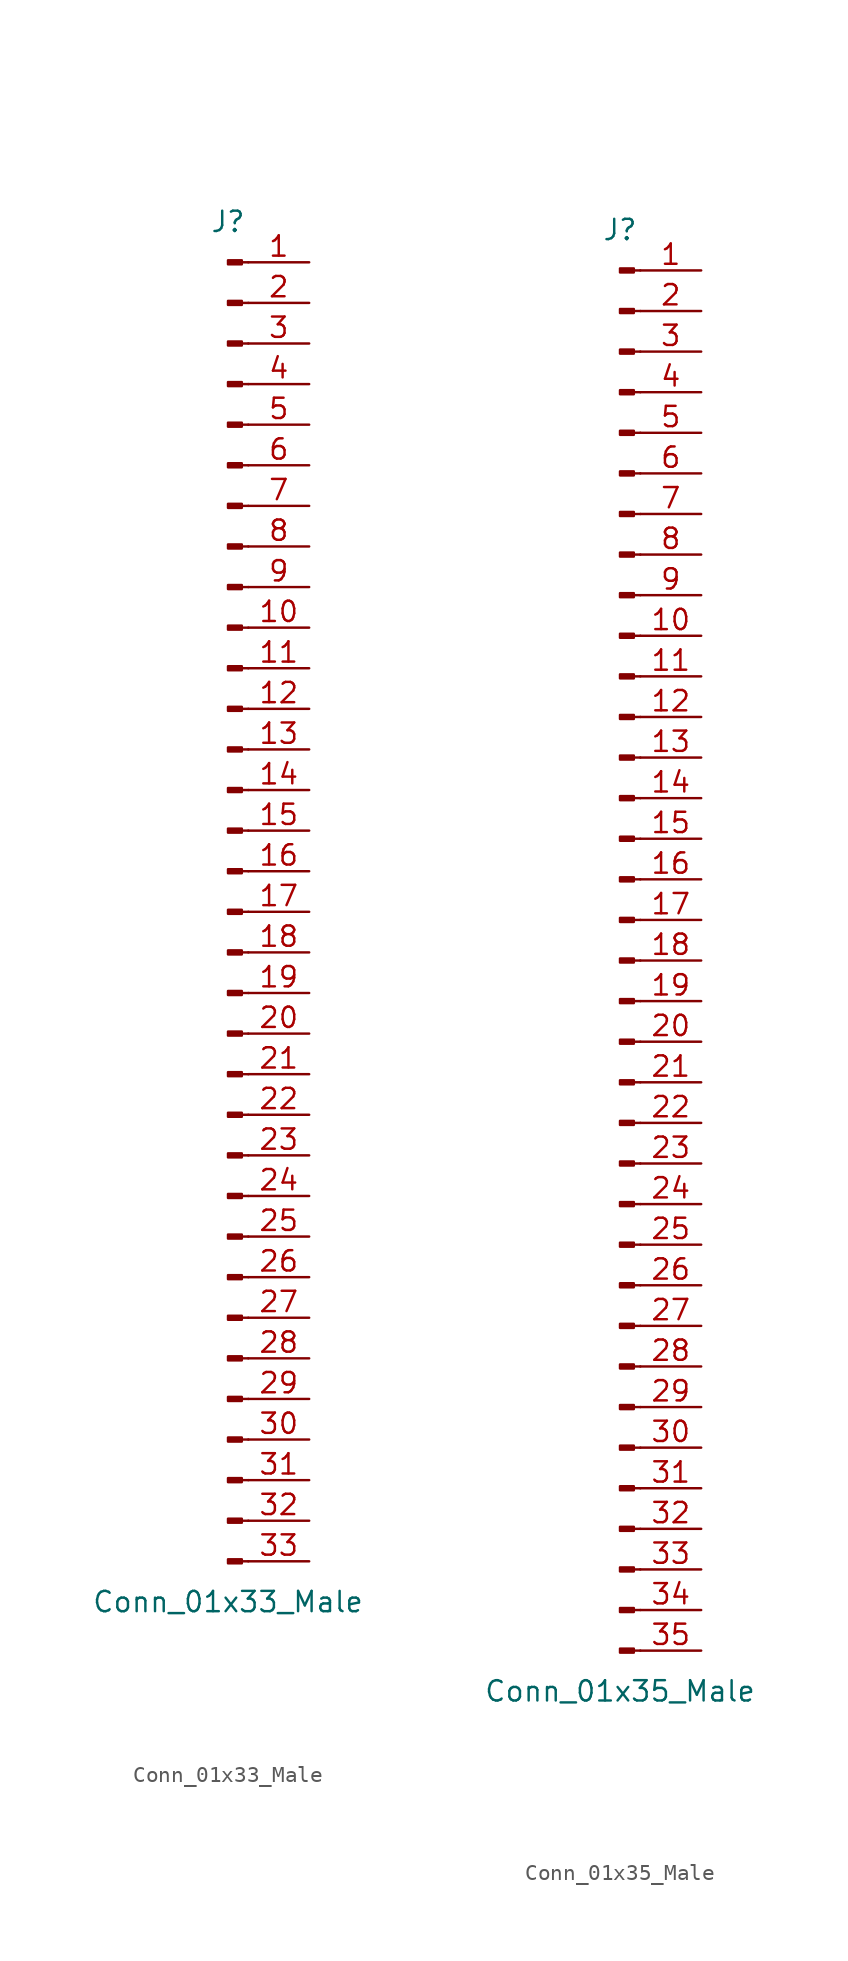
<source format=kicad_sym>
(kicad_symbol_lib
  (version 20201005)
  (generator kicad_symbol_editor)
  (symbol "Connector:Conn_01x33_Male"
    (pin_names
      (offset 1.016) hide)
    (property "Reference" "J"
      (at 0 43.18 0)
      (effects (font (size 1.27 1.27))))
    (property "Value" "Conn_01x33_Male"
      (at 0 -43.18 0)
      (effects (font (size 1.27 1.27))))
    (symbol "Conn_01x33_Male_1_1"
      (rectangle (start 0.864 -40.513) (end 0 -40.767) (stroke (width 0.152)) (fill (type outline)))
      (rectangle (start 0.864 -37.973) (end 0 -38.227) (stroke (width 0.152)) (fill (type outline)))
      (rectangle (start 0.864 -35.433) (end 0 -35.687) (stroke (width 0.152)) (fill (type outline)))
      (rectangle (start 0.864 -32.893) (end 0 -33.147) (stroke (width 0.152)) (fill (type outline)))
      (rectangle (start 0.864 -30.353) (end 0 -30.607) (stroke (width 0.152)) (fill (type outline)))
      (rectangle (start 0.864 -27.813) (end 0 -28.067) (stroke (width 0.152)) (fill (type outline)))
      (rectangle (start 0.864 -25.273) (end 0 -25.527) (stroke (width 0.152)) (fill (type outline)))
      (rectangle (start 0.864 -22.733) (end 0 -22.987) (stroke (width 0.152)) (fill (type outline)))
      (rectangle (start 0.864 -20.193) (end 0 -20.447) (stroke (width 0.152)) (fill (type outline)))
      (rectangle (start 0.864 -17.653) (end 0 -17.907) (stroke (width 0.152)) (fill (type outline)))
      (rectangle (start 0.864 -15.113) (end 0 -15.367) (stroke (width 0.152)) (fill (type outline)))
      (rectangle (start 0.864 -12.573) (end 0 -12.827) (stroke (width 0.152)) (fill (type outline)))
      (rectangle (start 0.864 -10.033) (end 0 -10.287) (stroke (width 0.152)) (fill (type outline)))
      (rectangle (start 0.864 -7.493) (end 0 -7.747) (stroke (width 0.152)) (fill (type outline)))
      (rectangle (start 0.864 -4.953) (end 0 -5.207) (stroke (width 0.152)) (fill (type outline)))
      (rectangle (start 0.864 -2.413) (end 0 -2.667) (stroke (width 0.152)) (fill (type outline)))
      (rectangle (start 0.864 0.127) (end 0 -0.127) (stroke (width 0.152)) (fill (type outline)))
      (rectangle (start 0.864 2.667) (end 0 2.413) (stroke (width 0.152)) (fill (type outline)))
      (rectangle (start 0.864 5.207) (end 0 4.953) (stroke (width 0.152)) (fill (type outline)))
      (rectangle (start 0.864 7.747) (end 0 7.493) (stroke (width 0.152)) (fill (type outline)))
      (rectangle (start 0.864 10.287) (end 0 10.033) (stroke (width 0.152)) (fill (type outline)))
      (rectangle (start 0.864 12.827) (end 0 12.573) (stroke (width 0.152)) (fill (type outline)))
      (rectangle (start 0.864 15.367) (end 0 15.113) (stroke (width 0.152)) (fill (type outline)))
      (rectangle (start 0.864 17.907) (end 0 17.653) (stroke (width 0.152)) (fill (type outline)))
      (rectangle (start 0.864 20.447) (end 0 20.193) (stroke (width 0.152)) (fill (type outline)))
      (rectangle (start 0.864 22.987) (end 0 22.733) (stroke (width 0.152)) (fill (type outline)))
      (rectangle (start 0.864 25.527) (end 0 25.273) (stroke (width 0.152)) (fill (type outline)))
      (rectangle (start 0.864 28.067) (end 0 27.813) (stroke (width 0.152)) (fill (type outline)))
      (rectangle (start 0.864 30.607) (end 0 30.353) (stroke (width 0.152)) (fill (type outline)))
      (rectangle (start 0.864 33.147) (end 0 32.893) (stroke (width 0.152)) (fill (type outline)))
      (rectangle (start 0.864 35.687) (end 0 35.433) (stroke (width 0.152)) (fill (type outline)))
      (rectangle (start 0.864 38.227) (end 0 37.973) (stroke (width 0.152)) (fill (type outline)))
      (rectangle (start 0.864 40.767) (end 0 40.513) (stroke (width 0.152)) (fill (type outline)))
      (polyline (pts (xy 1.27 -40.64) (xy 0.864 -40.64)) (stroke (width 0.152)) (fill (type none)))
      (polyline (pts (xy 1.27 -38.1) (xy 0.864 -38.1)) (stroke (width 0.152)) (fill (type none)))
      (polyline (pts (xy 1.27 -35.56) (xy 0.864 -35.56)) (stroke (width 0.152)) (fill (type none)))
      (polyline (pts (xy 1.27 -33.02) (xy 0.864 -33.02)) (stroke (width 0.152)) (fill (type none)))
      (polyline (pts (xy 1.27 -30.48) (xy 0.864 -30.48)) (stroke (width 0.152)) (fill (type none)))
      (polyline (pts (xy 1.27 -27.94) (xy 0.864 -27.94)) (stroke (width 0.152)) (fill (type none)))
      (polyline (pts (xy 1.27 -25.4) (xy 0.864 -25.4)) (stroke (width 0.152)) (fill (type none)))
      (polyline (pts (xy 1.27 -22.86) (xy 0.864 -22.86)) (stroke (width 0.152)) (fill (type none)))
      (polyline (pts (xy 1.27 -20.32) (xy 0.864 -20.32)) (stroke (width 0.152)) (fill (type none)))
      (polyline (pts (xy 1.27 -17.78) (xy 0.864 -17.78)) (stroke (width 0.152)) (fill (type none)))
      (polyline (pts (xy 1.27 -15.24) (xy 0.864 -15.24)) (stroke (width 0.152)) (fill (type none)))
      (polyline (pts (xy 1.27 -12.7) (xy 0.864 -12.7)) (stroke (width 0.152)) (fill (type none)))
      (polyline (pts (xy 1.27 -10.16) (xy 0.864 -10.16)) (stroke (width 0.152)) (fill (type none)))
      (polyline (pts (xy 1.27 -7.62) (xy 0.864 -7.62)) (stroke (width 0.152)) (fill (type none)))
      (polyline (pts (xy 1.27 -5.08) (xy 0.864 -5.08)) (stroke (width 0.152)) (fill (type none)))
      (polyline (pts (xy 1.27 -2.54) (xy 0.864 -2.54)) (stroke (width 0.152)) (fill (type none)))
      (polyline (pts (xy 1.27 0) (xy 0.864 0)) (stroke (width 0.152)) (fill (type none)))
      (polyline (pts (xy 1.27 2.54) (xy 0.864 2.54)) (stroke (width 0.152)) (fill (type none)))
      (polyline (pts (xy 1.27 5.08) (xy 0.864 5.08)) (stroke (width 0.152)) (fill (type none)))
      (polyline (pts (xy 1.27 7.62) (xy 0.864 7.62)) (stroke (width 0.152)) (fill (type none)))
      (polyline (pts (xy 1.27 10.16) (xy 0.864 10.16)) (stroke (width 0.152)) (fill (type none)))
      (polyline (pts (xy 1.27 12.7) (xy 0.864 12.7)) (stroke (width 0.152)) (fill (type none)))
      (polyline (pts (xy 1.27 15.24) (xy 0.864 15.24)) (stroke (width 0.152)) (fill (type none)))
      (polyline (pts (xy 1.27 17.78) (xy 0.864 17.78)) (stroke (width 0.152)) (fill (type none)))
      (polyline (pts (xy 1.27 20.32) (xy 0.864 20.32)) (stroke (width 0.152)) (fill (type none)))
      (polyline (pts (xy 1.27 22.86) (xy 0.864 22.86)) (stroke (width 0.152)) (fill (type none)))
      (polyline (pts (xy 1.27 25.4) (xy 0.864 25.4)) (stroke (width 0.152)) (fill (type none)))
      (polyline (pts (xy 1.27 27.94) (xy 0.864 27.94)) (stroke (width 0.152)) (fill (type none)))
      (polyline (pts (xy 1.27 30.48) (xy 0.864 30.48)) (stroke (width 0.152)) (fill (type none)))
      (polyline (pts (xy 1.27 33.02) (xy 0.864 33.02)) (stroke (width 0.152)) (fill (type none)))
      (polyline (pts (xy 1.27 35.56) (xy 0.864 35.56)) (stroke (width 0.152)) (fill (type none)))
      (polyline (pts (xy 1.27 38.1) (xy 0.864 38.1)) (stroke (width 0.152)) (fill (type none)))
      (polyline (pts (xy 1.27 40.64) (xy 0.864 40.64)) (stroke (width 0.152)) (fill (type none)))
      (pin passive line (at 5.08 40.64 180) (length 3.81) (name "Pin_1" (effects (font (size 1.27 1.27)))) (number "1" (effects (font (size 1.27 1.27)))))
      (pin passive line (at 5.08 17.78 180) (length 3.81) (name "Pin_10" (effects (font (size 1.27 1.27)))) (number "10" (effects (font (size 1.27 1.27)))))
      (pin passive line (at 5.08 15.24 180) (length 3.81) (name "Pin_11" (effects (font (size 1.27 1.27)))) (number "11" (effects (font (size 1.27 1.27)))))
      (pin passive line (at 5.08 12.7 180) (length 3.81) (name "Pin_12" (effects (font (size 1.27 1.27)))) (number "12" (effects (font (size 1.27 1.27)))))
      (pin passive line (at 5.08 10.16 180) (length 3.81) (name "Pin_13" (effects (font (size 1.27 1.27)))) (number "13" (effects (font (size 1.27 1.27)))))
      (pin passive line (at 5.08 7.62 180) (length 3.81) (name "Pin_14" (effects (font (size 1.27 1.27)))) (number "14" (effects (font (size 1.27 1.27)))))
      (pin passive line (at 5.08 5.08 180) (length 3.81) (name "Pin_15" (effects (font (size 1.27 1.27)))) (number "15" (effects (font (size 1.27 1.27)))))
      (pin passive line (at 5.08 2.54 180) (length 3.81) (name "Pin_16" (effects (font (size 1.27 1.27)))) (number "16" (effects (font (size 1.27 1.27)))))
      (pin passive line (at 5.08 0 180) (length 3.81) (name "Pin_17" (effects (font (size 1.27 1.27)))) (number "17" (effects (font (size 1.27 1.27)))))
      (pin passive line (at 5.08 -2.54 180) (length 3.81) (name "Pin_18" (effects (font (size 1.27 1.27)))) (number "18" (effects (font (size 1.27 1.27)))))
      (pin passive line (at 5.08 -5.08 180) (length 3.81) (name "Pin_19" (effects (font (size 1.27 1.27)))) (number "19" (effects (font (size 1.27 1.27)))))
      (pin passive line (at 5.08 38.1 180) (length 3.81) (name "Pin_2" (effects (font (size 1.27 1.27)))) (number "2" (effects (font (size 1.27 1.27)))))
      (pin passive line (at 5.08 -7.62 180) (length 3.81) (name "Pin_20" (effects (font (size 1.27 1.27)))) (number "20" (effects (font (size 1.27 1.27)))))
      (pin passive line (at 5.08 -10.16 180) (length 3.81) (name "Pin_21" (effects (font (size 1.27 1.27)))) (number "21" (effects (font (size 1.27 1.27)))))
      (pin passive line (at 5.08 -12.7 180) (length 3.81) (name "Pin_22" (effects (font (size 1.27 1.27)))) (number "22" (effects (font (size 1.27 1.27)))))
      (pin passive line (at 5.08 -15.24 180) (length 3.81) (name "Pin_23" (effects (font (size 1.27 1.27)))) (number "23" (effects (font (size 1.27 1.27)))))
      (pin passive line (at 5.08 -17.78 180) (length 3.81) (name "Pin_24" (effects (font (size 1.27 1.27)))) (number "24" (effects (font (size 1.27 1.27)))))
      (pin passive line (at 5.08 -20.32 180) (length 3.81) (name "Pin_25" (effects (font (size 1.27 1.27)))) (number "25" (effects (font (size 1.27 1.27)))))
      (pin passive line (at 5.08 -22.86 180) (length 3.81) (name "Pin_26" (effects (font (size 1.27 1.27)))) (number "26" (effects (font (size 1.27 1.27)))))
      (pin passive line (at 5.08 -25.4 180) (length 3.81) (name "Pin_27" (effects (font (size 1.27 1.27)))) (number "27" (effects (font (size 1.27 1.27)))))
      (pin passive line (at 5.08 -27.94 180) (length 3.81) (name "Pin_28" (effects (font (size 1.27 1.27)))) (number "28" (effects (font (size 1.27 1.27)))))
      (pin passive line (at 5.08 -30.48 180) (length 3.81) (name "Pin_29" (effects (font (size 1.27 1.27)))) (number "29" (effects (font (size 1.27 1.27)))))
      (pin passive line (at 5.08 35.56 180) (length 3.81) (name "Pin_3" (effects (font (size 1.27 1.27)))) (number "3" (effects (font (size 1.27 1.27)))))
      (pin passive line (at 5.08 -33.02 180) (length 3.81) (name "Pin_30" (effects (font (size 1.27 1.27)))) (number "30" (effects (font (size 1.27 1.27)))))
      (pin passive line (at 5.08 -35.56 180) (length 3.81) (name "Pin_31" (effects (font (size 1.27 1.27)))) (number "31" (effects (font (size 1.27 1.27)))))
      (pin passive line (at 5.08 -38.1 180) (length 3.81) (name "Pin_32" (effects (font (size 1.27 1.27)))) (number "32" (effects (font (size 1.27 1.27)))))
      (pin passive line (at 5.08 -40.64 180) (length 3.81) (name "Pin_33" (effects (font (size 1.27 1.27)))) (number "33" (effects (font (size 1.27 1.27)))))
      (pin passive line (at 5.08 33.02 180) (length 3.81) (name "Pin_4" (effects (font (size 1.27 1.27)))) (number "4" (effects (font (size 1.27 1.27)))))
      (pin passive line (at 5.08 30.48 180) (length 3.81) (name "Pin_5" (effects (font (size 1.27 1.27)))) (number "5" (effects (font (size 1.27 1.27)))))
      (pin passive line (at 5.08 27.94 180) (length 3.81) (name "Pin_6" (effects (font (size 1.27 1.27)))) (number "6" (effects (font (size 1.27 1.27)))))
      (pin passive line (at 5.08 25.4 180) (length 3.81) (name "Pin_7" (effects (font (size 1.27 1.27)))) (number "7" (effects (font (size 1.27 1.27)))))
      (pin passive line (at 5.08 22.86 180) (length 3.81) (name "Pin_8" (effects (font (size 1.27 1.27)))) (number "8" (effects (font (size 1.27 1.27)))))
      (pin passive line (at 5.08 20.32 180) (length 3.81) (name "Pin_9" (effects (font (size 1.27 1.27)))) (number "9" (effects (font (size 1.27 1.27)))))))
  (symbol "Connector:Conn_01x35_Male"
    (pin_names
      (offset 1.016) hide)
    (property "Reference" "J"
      (at 0 45.72 0)
      (effects (font (size 1.27 1.27))))
    (property "Value" "Conn_01x35_Male"
      (at 0 -45.72 0)
      (effects (font (size 1.27 1.27))))
    (symbol "Conn_01x35_Male_1_1"
      (rectangle (start 0.864 -43.053) (end 0 -43.307) (stroke (width 0.152)) (fill (type outline)))
      (rectangle (start 0.864 -40.513) (end 0 -40.767) (stroke (width 0.152)) (fill (type outline)))
      (rectangle (start 0.864 -37.973) (end 0 -38.227) (stroke (width 0.152)) (fill (type outline)))
      (rectangle (start 0.864 -35.433) (end 0 -35.687) (stroke (width 0.152)) (fill (type outline)))
      (rectangle (start 0.864 -32.893) (end 0 -33.147) (stroke (width 0.152)) (fill (type outline)))
      (rectangle (start 0.864 -30.353) (end 0 -30.607) (stroke (width 0.152)) (fill (type outline)))
      (rectangle (start 0.864 -27.813) (end 0 -28.067) (stroke (width 0.152)) (fill (type outline)))
      (rectangle (start 0.864 -25.273) (end 0 -25.527) (stroke (width 0.152)) (fill (type outline)))
      (rectangle (start 0.864 -22.733) (end 0 -22.987) (stroke (width 0.152)) (fill (type outline)))
      (rectangle (start 0.864 -20.193) (end 0 -20.447) (stroke (width 0.152)) (fill (type outline)))
      (rectangle (start 0.864 -17.653) (end 0 -17.907) (stroke (width 0.152)) (fill (type outline)))
      (rectangle (start 0.864 -15.113) (end 0 -15.367) (stroke (width 0.152)) (fill (type outline)))
      (rectangle (start 0.864 -12.573) (end 0 -12.827) (stroke (width 0.152)) (fill (type outline)))
      (rectangle (start 0.864 -10.033) (end 0 -10.287) (stroke (width 0.152)) (fill (type outline)))
      (rectangle (start 0.864 -7.493) (end 0 -7.747) (stroke (width 0.152)) (fill (type outline)))
      (rectangle (start 0.864 -4.953) (end 0 -5.207) (stroke (width 0.152)) (fill (type outline)))
      (rectangle (start 0.864 -2.413) (end 0 -2.667) (stroke (width 0.152)) (fill (type outline)))
      (rectangle (start 0.864 0.127) (end 0 -0.127) (stroke (width 0.152)) (fill (type outline)))
      (rectangle (start 0.864 2.667) (end 0 2.413) (stroke (width 0.152)) (fill (type outline)))
      (rectangle (start 0.864 5.207) (end 0 4.953) (stroke (width 0.152)) (fill (type outline)))
      (rectangle (start 0.864 7.747) (end 0 7.493) (stroke (width 0.152)) (fill (type outline)))
      (rectangle (start 0.864 10.287) (end 0 10.033) (stroke (width 0.152)) (fill (type outline)))
      (rectangle (start 0.864 12.827) (end 0 12.573) (stroke (width 0.152)) (fill (type outline)))
      (rectangle (start 0.864 15.367) (end 0 15.113) (stroke (width 0.152)) (fill (type outline)))
      (rectangle (start 0.864 17.907) (end 0 17.653) (stroke (width 0.152)) (fill (type outline)))
      (rectangle (start 0.864 20.447) (end 0 20.193) (stroke (width 0.152)) (fill (type outline)))
      (rectangle (start 0.864 22.987) (end 0 22.733) (stroke (width 0.152)) (fill (type outline)))
      (rectangle (start 0.864 25.527) (end 0 25.273) (stroke (width 0.152)) (fill (type outline)))
      (rectangle (start 0.864 28.067) (end 0 27.813) (stroke (width 0.152)) (fill (type outline)))
      (rectangle (start 0.864 30.607) (end 0 30.353) (stroke (width 0.152)) (fill (type outline)))
      (rectangle (start 0.864 33.147) (end 0 32.893) (stroke (width 0.152)) (fill (type outline)))
      (rectangle (start 0.864 35.687) (end 0 35.433) (stroke (width 0.152)) (fill (type outline)))
      (rectangle (start 0.864 38.227) (end 0 37.973) (stroke (width 0.152)) (fill (type outline)))
      (rectangle (start 0.864 40.767) (end 0 40.513) (stroke (width 0.152)) (fill (type outline)))
      (rectangle (start 0.864 43.307) (end 0 43.053) (stroke (width 0.152)) (fill (type outline)))
      (polyline (pts (xy 1.27 -43.18) (xy 0.864 -43.18)) (stroke (width 0.152)) (fill (type none)))
      (polyline (pts (xy 1.27 -40.64) (xy 0.864 -40.64)) (stroke (width 0.152)) (fill (type none)))
      (polyline (pts (xy 1.27 -38.1) (xy 0.864 -38.1)) (stroke (width 0.152)) (fill (type none)))
      (polyline (pts (xy 1.27 -35.56) (xy 0.864 -35.56)) (stroke (width 0.152)) (fill (type none)))
      (polyline (pts (xy 1.27 -33.02) (xy 0.864 -33.02)) (stroke (width 0.152)) (fill (type none)))
      (polyline (pts (xy 1.27 -30.48) (xy 0.864 -30.48)) (stroke (width 0.152)) (fill (type none)))
      (polyline (pts (xy 1.27 -27.94) (xy 0.864 -27.94)) (stroke (width 0.152)) (fill (type none)))
      (polyline (pts (xy 1.27 -25.4) (xy 0.864 -25.4)) (stroke (width 0.152)) (fill (type none)))
      (polyline (pts (xy 1.27 -22.86) (xy 0.864 -22.86)) (stroke (width 0.152)) (fill (type none)))
      (polyline (pts (xy 1.27 -20.32) (xy 0.864 -20.32)) (stroke (width 0.152)) (fill (type none)))
      (polyline (pts (xy 1.27 -17.78) (xy 0.864 -17.78)) (stroke (width 0.152)) (fill (type none)))
      (polyline (pts (xy 1.27 -15.24) (xy 0.864 -15.24)) (stroke (width 0.152)) (fill (type none)))
      (polyline (pts (xy 1.27 -12.7) (xy 0.864 -12.7)) (stroke (width 0.152)) (fill (type none)))
      (polyline (pts (xy 1.27 -10.16) (xy 0.864 -10.16)) (stroke (width 0.152)) (fill (type none)))
      (polyline (pts (xy 1.27 -7.62) (xy 0.864 -7.62)) (stroke (width 0.152)) (fill (type none)))
      (polyline (pts (xy 1.27 -5.08) (xy 0.864 -5.08)) (stroke (width 0.152)) (fill (type none)))
      (polyline (pts (xy 1.27 -2.54) (xy 0.864 -2.54)) (stroke (width 0.152)) (fill (type none)))
      (polyline (pts (xy 1.27 0) (xy 0.864 0)) (stroke (width 0.152)) (fill (type none)))
      (polyline (pts (xy 1.27 2.54) (xy 0.864 2.54)) (stroke (width 0.152)) (fill (type none)))
      (polyline (pts (xy 1.27 5.08) (xy 0.864 5.08)) (stroke (width 0.152)) (fill (type none)))
      (polyline (pts (xy 1.27 7.62) (xy 0.864 7.62)) (stroke (width 0.152)) (fill (type none)))
      (polyline (pts (xy 1.27 10.16) (xy 0.864 10.16)) (stroke (width 0.152)) (fill (type none)))
      (polyline (pts (xy 1.27 12.7) (xy 0.864 12.7)) (stroke (width 0.152)) (fill (type none)))
      (polyline (pts (xy 1.27 15.24) (xy 0.864 15.24)) (stroke (width 0.152)) (fill (type none)))
      (polyline (pts (xy 1.27 17.78) (xy 0.864 17.78)) (stroke (width 0.152)) (fill (type none)))
      (polyline (pts (xy 1.27 20.32) (xy 0.864 20.32)) (stroke (width 0.152)) (fill (type none)))
      (polyline (pts (xy 1.27 22.86) (xy 0.864 22.86)) (stroke (width 0.152)) (fill (type none)))
      (polyline (pts (xy 1.27 25.4) (xy 0.864 25.4)) (stroke (width 0.152)) (fill (type none)))
      (polyline (pts (xy 1.27 27.94) (xy 0.864 27.94)) (stroke (width 0.152)) (fill (type none)))
      (polyline (pts (xy 1.27 30.48) (xy 0.864 30.48)) (stroke (width 0.152)) (fill (type none)))
      (polyline (pts (xy 1.27 33.02) (xy 0.864 33.02)) (stroke (width 0.152)) (fill (type none)))
      (polyline (pts (xy 1.27 35.56) (xy 0.864 35.56)) (stroke (width 0.152)) (fill (type none)))
      (polyline (pts (xy 1.27 38.1) (xy 0.864 38.1)) (stroke (width 0.152)) (fill (type none)))
      (polyline (pts (xy 1.27 40.64) (xy 0.864 40.64)) (stroke (width 0.152)) (fill (type none)))
      (polyline (pts (xy 1.27 43.18) (xy 0.864 43.18)) (stroke (width 0.152)) (fill (type none)))
      (pin passive line (at 5.08 43.18 180) (length 3.81) (name "Pin_1" (effects (font (size 1.27 1.27)))) (number "1" (effects (font (size 1.27 1.27)))))
      (pin passive line (at 5.08 20.32 180) (length 3.81) (name "Pin_10" (effects (font (size 1.27 1.27)))) (number "10" (effects (font (size 1.27 1.27)))))
      (pin passive line (at 5.08 17.78 180) (length 3.81) (name "Pin_11" (effects (font (size 1.27 1.27)))) (number "11" (effects (font (size 1.27 1.27)))))
      (pin passive line (at 5.08 15.24 180) (length 3.81) (name "Pin_12" (effects (font (size 1.27 1.27)))) (number "12" (effects (font (size 1.27 1.27)))))
      (pin passive line (at 5.08 12.7 180) (length 3.81) (name "Pin_13" (effects (font (size 1.27 1.27)))) (number "13" (effects (font (size 1.27 1.27)))))
      (pin passive line (at 5.08 10.16 180) (length 3.81) (name "Pin_14" (effects (font (size 1.27 1.27)))) (number "14" (effects (font (size 1.27 1.27)))))
      (pin passive line (at 5.08 7.62 180) (length 3.81) (name "Pin_15" (effects (font (size 1.27 1.27)))) (number "15" (effects (font (size 1.27 1.27)))))
      (pin passive line (at 5.08 5.08 180) (length 3.81) (name "Pin_16" (effects (font (size 1.27 1.27)))) (number "16" (effects (font (size 1.27 1.27)))))
      (pin passive line (at 5.08 2.54 180) (length 3.81) (name "Pin_17" (effects (font (size 1.27 1.27)))) (number "17" (effects (font (size 1.27 1.27)))))
      (pin passive line (at 5.08 0 180) (length 3.81) (name "Pin_18" (effects (font (size 1.27 1.27)))) (number "18" (effects (font (size 1.27 1.27)))))
      (pin passive line (at 5.08 -2.54 180) (length 3.81) (name "Pin_19" (effects (font (size 1.27 1.27)))) (number "19" (effects (font (size 1.27 1.27)))))
      (pin passive line (at 5.08 40.64 180) (length 3.81) (name "Pin_2" (effects (font (size 1.27 1.27)))) (number "2" (effects (font (size 1.27 1.27)))))
      (pin passive line (at 5.08 -5.08 180) (length 3.81) (name "Pin_20" (effects (font (size 1.27 1.27)))) (number "20" (effects (font (size 1.27 1.27)))))
      (pin passive line (at 5.08 -7.62 180) (length 3.81) (name "Pin_21" (effects (font (size 1.27 1.27)))) (number "21" (effects (font (size 1.27 1.27)))))
      (pin passive line (at 5.08 -10.16 180) (length 3.81) (name "Pin_22" (effects (font (size 1.27 1.27)))) (number "22" (effects (font (size 1.27 1.27)))))
      (pin passive line (at 5.08 -12.7 180) (length 3.81) (name "Pin_23" (effects (font (size 1.27 1.27)))) (number "23" (effects (font (size 1.27 1.27)))))
      (pin passive line (at 5.08 -15.24 180) (length 3.81) (name "Pin_24" (effects (font (size 1.27 1.27)))) (number "24" (effects (font (size 1.27 1.27)))))
      (pin passive line (at 5.08 -17.78 180) (length 3.81) (name "Pin_25" (effects (font (size 1.27 1.27)))) (number "25" (effects (font (size 1.27 1.27)))))
      (pin passive line (at 5.08 -20.32 180) (length 3.81) (name "Pin_26" (effects (font (size 1.27 1.27)))) (number "26" (effects (font (size 1.27 1.27)))))
      (pin passive line (at 5.08 -22.86 180) (length 3.81) (name "Pin_27" (effects (font (size 1.27 1.27)))) (number "27" (effects (font (size 1.27 1.27)))))
      (pin passive line (at 5.08 -25.4 180) (length 3.81) (name "Pin_28" (effects (font (size 1.27 1.27)))) (number "28" (effects (font (size 1.27 1.27)))))
      (pin passive line (at 5.08 -27.94 180) (length 3.81) (name "Pin_29" (effects (font (size 1.27 1.27)))) (number "29" (effects (font (size 1.27 1.27)))))
      (pin passive line (at 5.08 38.1 180) (length 3.81) (name "Pin_3" (effects (font (size 1.27 1.27)))) (number "3" (effects (font (size 1.27 1.27)))))
      (pin passive line (at 5.08 -30.48 180) (length 3.81) (name "Pin_30" (effects (font (size 1.27 1.27)))) (number "30" (effects (font (size 1.27 1.27)))))
      (pin passive line (at 5.08 -33.02 180) (length 3.81) (name "Pin_31" (effects (font (size 1.27 1.27)))) (number "31" (effects (font (size 1.27 1.27)))))
      (pin passive line (at 5.08 -35.56 180) (length 3.81) (name "Pin_32" (effects (font (size 1.27 1.27)))) (number "32" (effects (font (size 1.27 1.27)))))
      (pin passive line (at 5.08 -38.1 180) (length 3.81) (name "Pin_33" (effects (font (size 1.27 1.27)))) (number "33" (effects (font (size 1.27 1.27)))))
      (pin passive line (at 5.08 -40.64 180) (length 3.81) (name "Pin_34" (effects (font (size 1.27 1.27)))) (number "34" (effects (font (size 1.27 1.27)))))
      (pin passive line (at 5.08 -43.18 180) (length 3.81) (name "Pin_35" (effects (font (size 1.27 1.27)))) (number "35" (effects (font (size 1.27 1.27)))))
      (pin passive line (at 5.08 35.56 180) (length 3.81) (name "Pin_4" (effects (font (size 1.27 1.27)))) (number "4" (effects (font (size 1.27 1.27)))))
      (pin passive line (at 5.08 33.02 180) (length 3.81) (name "Pin_5" (effects (font (size 1.27 1.27)))) (number "5" (effects (font (size 1.27 1.27)))))
      (pin passive line (at 5.08 30.48 180) (length 3.81) (name "Pin_6" (effects (font (size 1.27 1.27)))) (number "6" (effects (font (size 1.27 1.27)))))
      (pin passive line (at 5.08 27.94 180) (length 3.81) (name "Pin_7" (effects (font (size 1.27 1.27)))) (number "7" (effects (font (size 1.27 1.27)))))
      (pin passive line (at 5.08 25.4 180) (length 3.81) (name "Pin_8" (effects (font (size 1.27 1.27)))) (number "8" (effects (font (size 1.27 1.27)))))
      (pin passive line (at 5.08 22.86 180) (length 3.81) (name "Pin_9" (effects (font (size 1.27 1.27)))) (number "9" (effects (font (size 1.27 1.27))))))))
</source>
